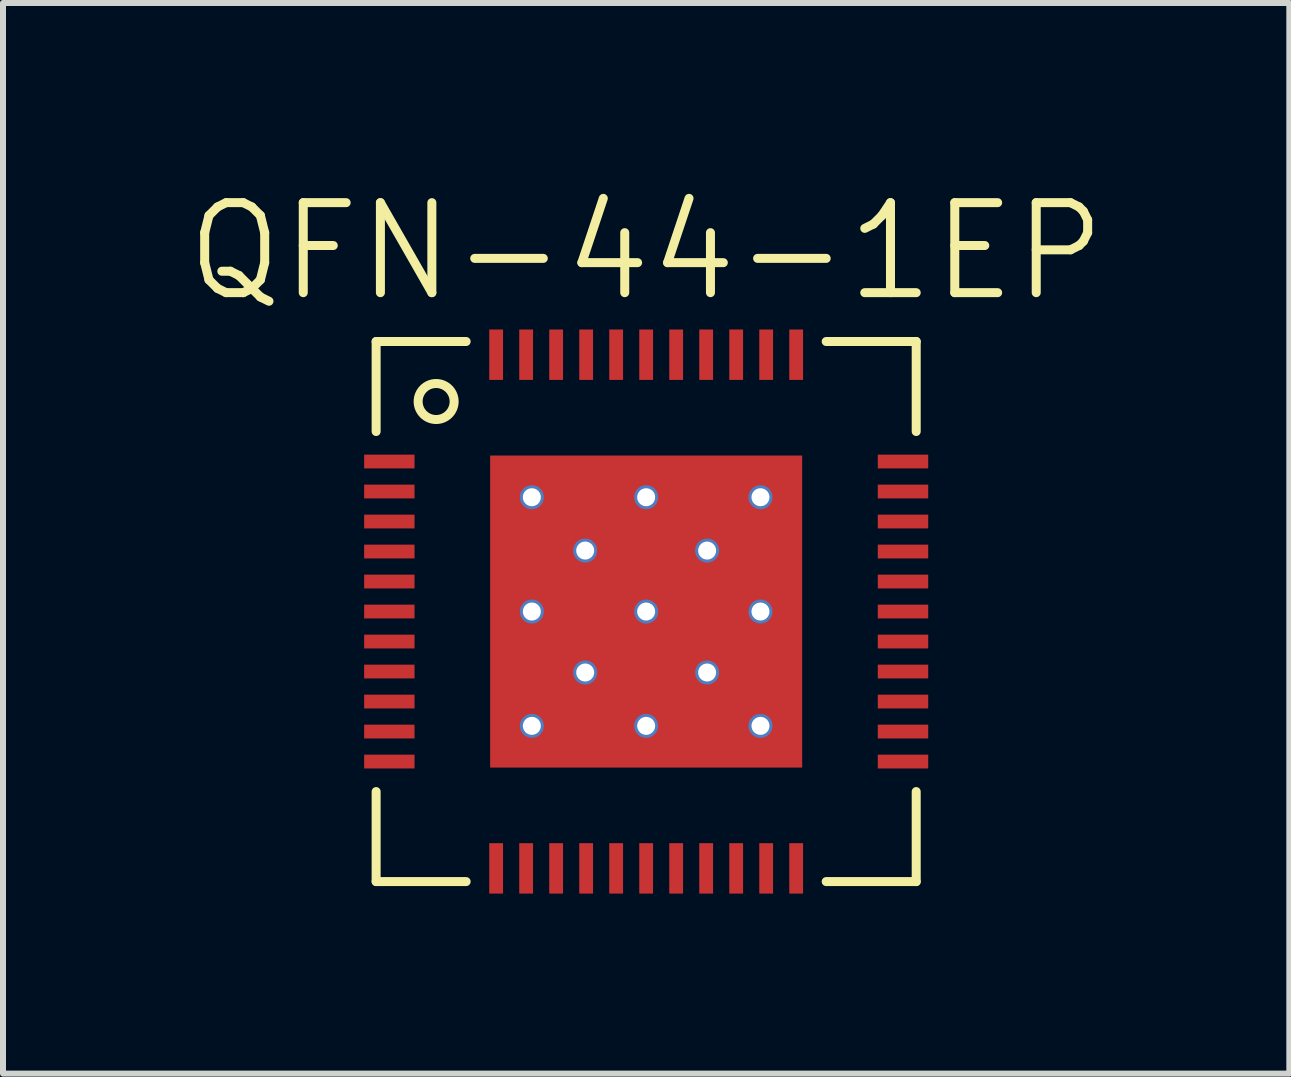
<source format=kicad_pcb>
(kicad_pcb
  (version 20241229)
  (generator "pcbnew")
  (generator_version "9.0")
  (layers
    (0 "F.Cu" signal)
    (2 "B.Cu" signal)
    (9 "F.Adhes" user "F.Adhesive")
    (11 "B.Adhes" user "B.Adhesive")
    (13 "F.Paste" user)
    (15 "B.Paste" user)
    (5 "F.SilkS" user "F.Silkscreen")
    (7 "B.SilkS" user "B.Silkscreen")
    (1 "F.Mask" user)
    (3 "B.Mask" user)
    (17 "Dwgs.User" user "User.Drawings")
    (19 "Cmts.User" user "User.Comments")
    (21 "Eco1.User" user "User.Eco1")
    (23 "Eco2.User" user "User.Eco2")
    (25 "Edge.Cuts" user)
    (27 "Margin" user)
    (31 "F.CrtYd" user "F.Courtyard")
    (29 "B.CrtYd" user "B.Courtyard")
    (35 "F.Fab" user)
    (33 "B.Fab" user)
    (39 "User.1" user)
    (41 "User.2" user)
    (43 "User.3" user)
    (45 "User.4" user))
  (footprint "QFN-44-1EP"
    (placed yes)
    (layer "F.Cu")
    (at 7.718 7.141)
    (property "Reference" "QFN-44-1EP" (at 0 -6 0) (layer "F.SilkS") (effects (font (size 1.5 1.5) (thickness 0.15))))
    (attr smd)
    (fp_line (start -4.5 -4.5) (end -3 -4.5) (stroke (width 0.15) (type solid)) (layer "F.SilkS"))
    (fp_line (start -4.5 -3) (end -4.5 -4.5) (stroke (width 0.15) (type solid)) (layer "F.SilkS"))
    (fp_line (start -4.5 3) (end -4.5 4.5) (stroke (width 0.15) (type solid)) (layer "F.SilkS"))
    (fp_line (start -4.5 4.5) (end -3 4.5) (stroke (width 0.15) (type solid)) (layer "F.SilkS"))
    (fp_line (start 3 -4.5) (end 4.5 -4.5) (stroke (width 0.15) (type solid)) (layer "F.SilkS"))
    (fp_line (start 3 4.5) (end 4.5 4.5) (stroke (width 0.15) (type solid)) (layer "F.SilkS"))
    (fp_line (start 4.5 -4.5) (end 4.5 -3) (stroke (width 0.15) (type solid)) (layer "F.SilkS"))
    (fp_line (start 4.5 4.5) (end 4.5 3) (stroke (width 0.15) (type solid)) (layer "F.SilkS"))
    (fp_circle (center -3.5 -3.5) (end -3.8 -3.5) (stroke (width 0.15) (type solid)) (fill no) (layer "F.SilkS"))
    (pad "1" smd rect (at -4.5 -2.5) (size 0.84 0.23) (drill (offset 0.22 0)) (layers "F.Cu" "F.Mask" "F.Paste"))
    (pad "2" smd rect (at -4.5 -2) (size 0.84 0.23) (drill (offset 0.22 0)) (layers "F.Cu" "F.Mask" "F.Paste"))
    (pad "3" smd rect (at -4.5 -1.5) (size 0.84 0.23) (drill (offset 0.22 0)) (layers "F.Cu" "F.Mask" "F.Paste"))
    (pad "4" smd rect (at -4.5 -1) (size 0.84 0.23) (drill (offset 0.22 0)) (layers "F.Cu" "F.Mask" "F.Paste"))
    (pad "5" smd rect (at -4.5 -0.5) (size 0.84 0.23) (drill (offset 0.22 0)) (layers "F.Cu" "F.Mask" "F.Paste"))
    (pad "6" smd rect (at -4.5 0) (size 0.84 0.23) (drill (offset 0.22 0)) (layers "F.Cu" "F.Mask" "F.Paste"))
    (pad "7" smd rect (at -4.5 0.5) (size 0.84 0.23) (drill (offset 0.22 0)) (layers "F.Cu" "F.Mask" "F.Paste"))
    (pad "8" smd rect (at -4.5 1) (size 0.84 0.23) (drill (offset 0.22 0)) (layers "F.Cu" "F.Mask" "F.Paste"))
    (pad "9" smd rect (at -4.5 1.5) (size 0.84 0.23) (drill (offset 0.22 0)) (layers "F.Cu" "F.Mask" "F.Paste"))
    (pad "10" smd rect (at -4.5 2) (size 0.84 0.23) (drill (offset 0.22 0)) (layers "F.Cu" "F.Mask" "F.Paste"))
    (pad "11" smd rect (at -4.5 2.5) (size 0.84 0.23) (drill (offset 0.22 0)) (layers "F.Cu" "F.Mask" "F.Paste"))
    (pad "12" smd rect (at -2.5 4.5) (size 0.23 0.84) (drill (offset 0 -0.22)) (layers "F.Cu" "F.Mask" "F.Paste"))
    (pad "13" smd rect (at -2 4.5) (size 0.23 0.84) (drill (offset 0 -0.22)) (layers "F.Cu" "F.Mask" "F.Paste"))
    (pad "14" smd rect (at -1.5 4.5) (size 0.23 0.84) (drill (offset 0 -0.22)) (layers "F.Cu" "F.Mask" "F.Paste"))
    (pad "15" smd rect (at -1 4.5) (size 0.23 0.84) (drill (offset 0 -0.22)) (layers "F.Cu" "F.Mask" "F.Paste"))
    (pad "16" smd rect (at -0.5 4.5) (size 0.23 0.84) (drill (offset 0 -0.22)) (layers "F.Cu" "F.Mask" "F.Paste"))
    (pad "17" smd rect (at 0 4.5) (size 0.23 0.84) (drill (offset 0 -0.22)) (layers "F.Cu" "F.Mask" "F.Paste"))
    (pad "18" smd rect (at 0.5 4.5) (size 0.23 0.84) (drill (offset 0 -0.22)) (layers "F.Cu" "F.Mask" "F.Paste"))
    (pad "19" smd rect (at 1 4.5) (size 0.23 0.84) (drill (offset 0 -0.22)) (layers "F.Cu" "F.Mask" "F.Paste"))
    (pad "20" smd rect (at 1.5 4.5) (size 0.23 0.84) (drill (offset 0 -0.22)) (layers "F.Cu" "F.Mask" "F.Paste"))
    (pad "21" smd rect (at 2 4.5) (size 0.23 0.84) (drill (offset 0 -0.22)) (layers "F.Cu" "F.Mask" "F.Paste"))
    (pad "22" smd rect (at 2.5 4.5) (size 0.23 0.84) (drill (offset 0 -0.22)) (layers "F.Cu" "F.Mask" "F.Paste"))
    (pad "23" smd rect (at 4.5 2.5) (size 0.84 0.23) (drill (offset -0.22 0)) (layers "F.Cu" "F.Mask" "F.Paste"))
    (pad "24" smd rect (at 4.5 2) (size 0.84 0.23) (drill (offset -0.22 0)) (layers "F.Cu" "F.Mask" "F.Paste"))
    (pad "25" smd rect (at 4.5 1.5) (size 0.84 0.23) (drill (offset -0.22 0)) (layers "F.Cu" "F.Mask" "F.Paste"))
    (pad "26" smd rect (at 4.5 1) (size 0.84 0.23) (drill (offset -0.22 0)) (layers "F.Cu" "F.Mask" "F.Paste"))
    (pad "27" smd rect (at 4.5 0.5) (size 0.84 0.23) (drill (offset -0.22 0)) (layers "F.Cu" "F.Mask" "F.Paste"))
    (pad "28" smd rect (at 4.5 0) (size 0.84 0.23) (drill (offset -0.22 0)) (layers "F.Cu" "F.Mask" "F.Paste"))
    (pad "29" smd rect (at 4.5 -0.5) (size 0.84 0.23) (drill (offset -0.22 0)) (layers "F.Cu" "F.Mask" "F.Paste"))
    (pad "30" smd rect (at 4.5 -1) (size 0.84 0.23) (drill (offset -0.22 0)) (layers "F.Cu" "F.Mask" "F.Paste"))
    (pad "31" smd rect (at 4.5 -1.5) (size 0.84 0.23) (drill (offset -0.22 0)) (layers "F.Cu" "F.Mask" "F.Paste"))
    (pad "32" smd rect (at 4.5 -2) (size 0.84 0.23) (drill (offset -0.22 0)) (layers "F.Cu" "F.Mask" "F.Paste"))
    (pad "33" smd rect (at 4.5 -2.5) (size 0.84 0.23) (drill (offset -0.22 0)) (layers "F.Cu" "F.Mask" "F.Paste"))
    (pad "34" smd rect (at 2.5 -4.5) (size 0.23 0.84) (drill (offset 0 0.22)) (layers "F.Cu" "F.Mask" "F.Paste"))
    (pad "35" smd rect (at 2 -4.5) (size 0.23 0.84) (drill (offset 0 0.22)) (layers "F.Cu" "F.Mask" "F.Paste"))
    (pad "36" smd rect (at 1.5 -4.5) (size 0.23 0.84) (drill (offset 0 0.22)) (layers "F.Cu" "F.Mask" "F.Paste"))
    (pad "37" smd rect (at 1 -4.5) (size 0.23 0.84) (drill (offset 0 0.22)) (layers "F.Cu" "F.Mask" "F.Paste"))
    (pad "38" smd rect (at 0.5 -4.5) (size 0.23 0.84) (drill (offset 0 0.22)) (layers "F.Cu" "F.Mask" "F.Paste"))
    (pad "39" smd rect (at 0 -4.5) (size 0.23 0.84) (drill (offset 0 0.22)) (layers "F.Cu" "F.Mask" "F.Paste"))
    (pad "40" smd rect (at -0.5 -4.5) (size 0.23 0.84) (drill (offset 0 0.22)) (layers "F.Cu" "F.Mask" "F.Paste"))
    (pad "41" smd rect (at -1 -4.5) (size 0.23 0.84) (drill (offset 0 0.22)) (layers "F.Cu" "F.Mask" "F.Paste"))
    (pad "42" smd rect (at -1.5 -4.5) (size 0.23 0.84) (drill (offset 0 0.22)) (layers "F.Cu" "F.Mask" "F.Paste"))
    (pad "43" smd rect (at -2 -4.5) (size 0.23 0.84) (drill (offset 0 0.22)) (layers "F.Cu" "F.Mask" "F.Paste"))
    (pad "44" smd rect (at -2.5 -4.5) (size 0.23 0.84) (drill (offset 0 0.22)) (layers "F.Cu" "F.Mask" "F.Paste"))
    (pad "45" thru_hole circle (at -1.905 -1.905) (size 0.4 0.4) (drill 0.3) (layers "*.Cu"))
    (pad "45" thru_hole circle (at -1.905 0) (size 0.4 0.4) (drill 0.3) (layers "*.Cu"))
    (pad "45" thru_hole circle (at -1.905 1.905) (size 0.4 0.4) (drill 0.3) (layers "*.Cu"))
    (pad "45" thru_hole circle (at -1.016 -1.016) (size 0.4 0.4) (drill 0.3) (layers "*.Cu"))
    (pad "45" thru_hole circle (at -1.016 1.016) (size 0.4 0.4) (drill 0.3) (layers "*.Cu"))
    (pad "45" thru_hole circle (at 0 -1.905) (size 0.4 0.4) (drill 0.3) (layers "*.Cu"))
    (pad "45" thru_hole circle (at 0 0) (size 0.4 0.4) (drill 0.3) (layers "*.Cu"))
    (pad "45" smd rect (at 0 0) (size 5.2 5.2) (layers "F.Cu" "F.Mask" "F.Paste"))
    (pad "45" thru_hole circle (at 0 1.905) (size 0.4 0.4) (drill 0.3) (layers "*.Cu"))
    (pad "45" thru_hole circle (at 1.016 -1.016) (size 0.4 0.4) (drill 0.3) (layers "*.Cu"))
    (pad "45" thru_hole circle (at 1.016 1.016) (size 0.4 0.4) (drill 0.3) (layers "*.Cu"))
    (pad "45" thru_hole circle (at 1.905 -1.905) (size 0.4 0.4) (drill 0.3) (layers "*.Cu"))
    (pad "45" thru_hole circle (at 1.905 0) (size 0.4 0.4) (drill 0.3) (layers "*.Cu"))
    (pad "45" thru_hole circle (at 1.905 1.905) (size 0.4 0.4) (drill 0.3) (layers "*.Cu")))
  (gr_rect
    (start -3 -3)
    (end 18.436 14.841)
    (stroke (width 0.1) (type default))
    (fill no)
    (layer "Edge.Cuts")))
</source>
